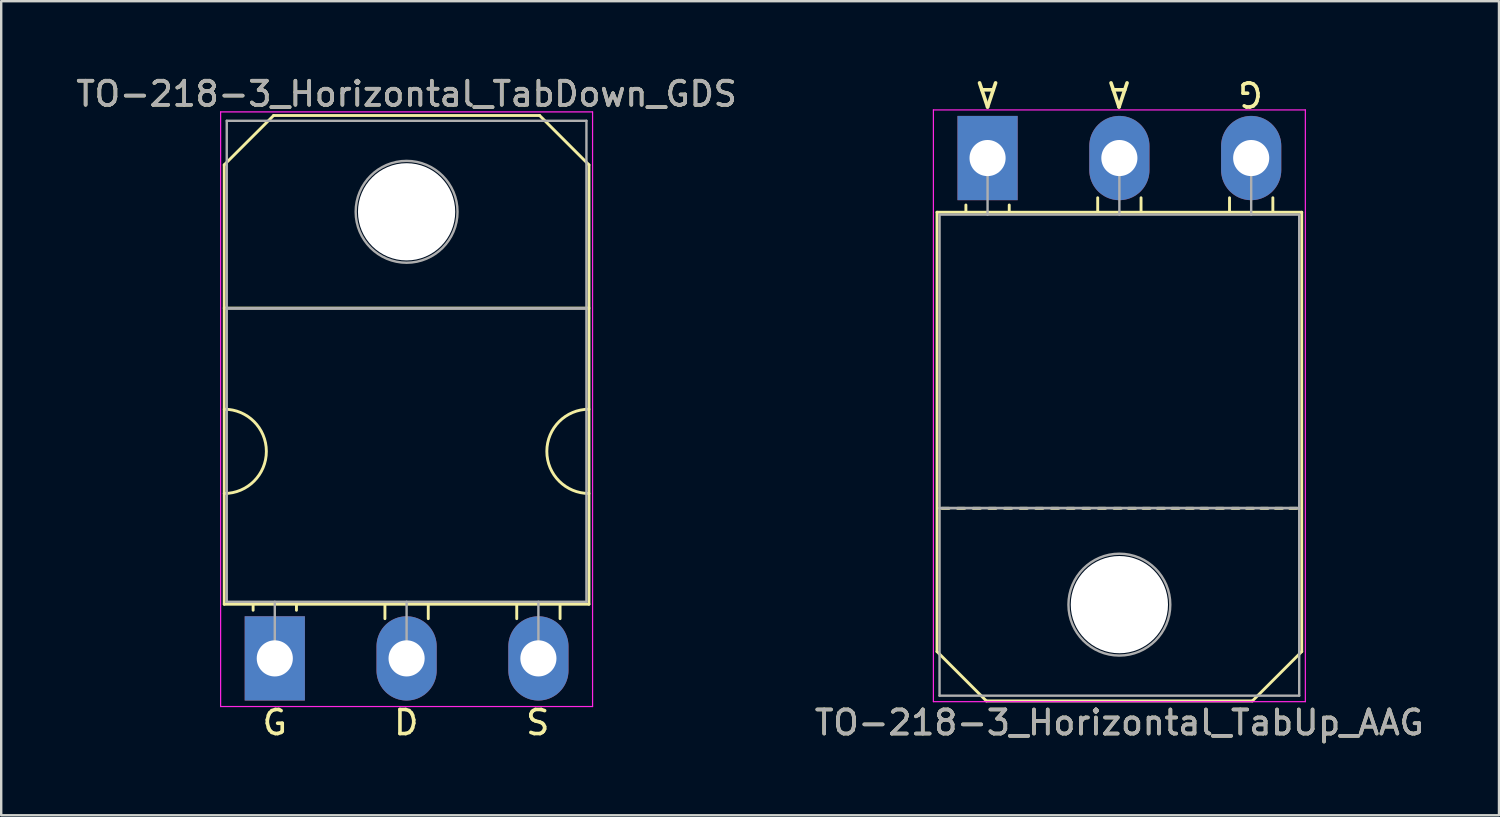
<source format=kicad_pcb>
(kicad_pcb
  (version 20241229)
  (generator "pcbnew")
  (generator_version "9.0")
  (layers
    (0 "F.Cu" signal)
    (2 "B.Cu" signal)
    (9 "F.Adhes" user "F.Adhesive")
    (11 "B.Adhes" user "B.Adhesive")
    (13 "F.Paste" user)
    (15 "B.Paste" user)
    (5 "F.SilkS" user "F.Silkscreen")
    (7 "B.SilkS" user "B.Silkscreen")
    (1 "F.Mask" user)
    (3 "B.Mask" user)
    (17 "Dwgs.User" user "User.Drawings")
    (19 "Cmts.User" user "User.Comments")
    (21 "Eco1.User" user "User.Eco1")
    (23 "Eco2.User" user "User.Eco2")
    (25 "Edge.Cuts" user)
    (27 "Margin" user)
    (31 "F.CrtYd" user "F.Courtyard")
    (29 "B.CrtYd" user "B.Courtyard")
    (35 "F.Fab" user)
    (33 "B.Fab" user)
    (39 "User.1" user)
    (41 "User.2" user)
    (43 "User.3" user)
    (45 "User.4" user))
  (footprint "TO-218-3_Horizontal_TabUp_AAG"
    (layer "F.Cu")
    (at 37.971 3.515)
    (property "Reference" "TO-218-3_Horizontal_TabUp_AAG" (at 5.475 23.45 0) (layer "F.SilkS") (effects (font (size 1 1) (thickness 0.15))))
    (fp_line (start -2.1 2.25) (end 13.05 2.25) (stroke (width 0.12) (type solid)) (layer "F.SilkS"))
    (fp_line (start -2.1 20.5) (end -2.1 2.25) (stroke (width 0.12) (type solid)) (layer "F.SilkS"))
    (fp_line (start -2.1 20.5) (end -0.05 22.55) (stroke (width 0.12) (type solid)) (layer "F.SilkS"))
    (fp_line (start -1.6 14.55) (end -1.9 14.55) (stroke (width 0.12) (type solid)) (layer "F.SilkS"))
    (fp_line (start -0.95 14.55) (end -1.25 14.55) (stroke (width 0.12) (type solid)) (layer "F.SilkS"))
    (fp_line (start -0.9 2.2) (end -0.9 1.95) (stroke (width 0.12) (type solid)) (layer "F.SilkS"))
    (fp_line (start -0.3 14.55) (end -0.6 14.55) (stroke (width 0.12) (type solid)) (layer "F.SilkS"))
    (fp_line (start 0.35 14.55) (end 0.05 14.55) (stroke (width 0.12) (type solid)) (layer "F.SilkS"))
    (fp_line (start 0.9 2.2) (end 0.9 1.95) (stroke (width 0.12) (type solid)) (layer "F.SilkS"))
    (fp_line (start 1 14.55) (end 0.7 14.55) (stroke (width 0.12) (type solid)) (layer "F.SilkS"))
    (fp_line (start 1.65 14.55) (end 1.35 14.55) (stroke (width 0.12) (type solid)) (layer "F.SilkS"))
    (fp_line (start 2.3 14.55) (end 2 14.55) (stroke (width 0.12) (type solid)) (layer "F.SilkS"))
    (fp_line (start 2.95 14.55) (end 2.65 14.55) (stroke (width 0.12) (type solid)) (layer "F.SilkS"))
    (fp_line (start 3.6 14.55) (end 3.3 14.55) (stroke (width 0.12) (type solid)) (layer "F.SilkS"))
    (fp_line (start 4.25 14.55) (end 3.95 14.55) (stroke (width 0.12) (type solid)) (layer "F.SilkS"))
    (fp_line (start 4.575 2.2) (end 4.575 1.65) (stroke (width 0.12) (type solid)) (layer "F.SilkS"))
    (fp_line (start 4.9 14.55) (end 4.6 14.55) (stroke (width 0.12) (type solid)) (layer "F.SilkS"))
    (fp_line (start 5.55 14.55) (end 5.25 14.55) (stroke (width 0.12) (type solid)) (layer "F.SilkS"))
    (fp_line (start 6.15 14.55) (end 5.85 14.55) (stroke (width 0.12) (type solid)) (layer "F.SilkS"))
    (fp_line (start 6.375 2.2) (end 6.375 1.65) (stroke (width 0.12) (type solid)) (layer "F.SilkS"))
    (fp_line (start 6.75 14.55) (end 6.45 14.55) (stroke (width 0.12) (type solid)) (layer "F.SilkS"))
    (fp_line (start 7.35 14.55) (end 7.05 14.55) (stroke (width 0.12) (type solid)) (layer "F.SilkS"))
    (fp_line (start 7.95 14.55) (end 7.65 14.55) (stroke (width 0.12) (type solid)) (layer "F.SilkS"))
    (fp_line (start 8.55 14.55) (end 8.25 14.55) (stroke (width 0.12) (type solid)) (layer "F.SilkS"))
    (fp_line (start 9.15 14.55) (end 8.85 14.55) (stroke (width 0.12) (type solid)) (layer "F.SilkS"))
    (fp_line (start 9.8 14.55) (end 9.5 14.55) (stroke (width 0.12) (type solid)) (layer "F.SilkS"))
    (fp_line (start 10.05 2.2) (end 10.05 1.65) (stroke (width 0.12) (type solid)) (layer "F.SilkS"))
    (fp_line (start 10.45 14.55) (end 10.15 14.55) (stroke (width 0.12) (type solid)) (layer "F.SilkS"))
    (fp_line (start 11 22.55) (end -0.05 22.55) (stroke (width 0.12) (type solid)) (layer "F.SilkS"))
    (fp_line (start 11.05 14.55) (end 10.75 14.55) (stroke (width 0.12) (type solid)) (layer "F.SilkS"))
    (fp_line (start 11.65 14.55) (end 11.35 14.55) (stroke (width 0.12) (type solid)) (layer "F.SilkS"))
    (fp_line (start 11.85 2.2) (end 11.85 1.65) (stroke (width 0.12) (type solid)) (layer "F.SilkS"))
    (fp_line (start 12.25 14.55) (end 11.95 14.55) (stroke (width 0.12) (type solid)) (layer "F.SilkS"))
    (fp_line (start 12.85 14.55) (end 12.55 14.55) (stroke (width 0.12) (type solid)) (layer "F.SilkS"))
    (fp_line (start 13.05 2.25) (end 13.05 20.5) (stroke (width 0.12) (type solid)) (layer "F.SilkS"))
    (fp_line (start 13.05 20.5) (end 11 22.55) (stroke (width 0.12) (type solid)) (layer "F.SilkS"))
    (fp_line (start -2.25 -2) (end -2.25 22.58) (stroke (width 0.05) (type solid)) (layer "F.CrtYd"))
    (fp_line (start -2.25 22.58) (end 13.2 22.58) (stroke (width 0.05) (type solid)) (layer "F.CrtYd"))
    (fp_line (start 13.2 -2) (end -2.25 -2) (stroke (width 0.05) (type solid)) (layer "F.CrtYd"))
    (fp_line (start 13.2 22.58) (end 13.2 -2) (stroke (width 0.05) (type solid)) (layer "F.CrtYd"))
    (fp_line (start -1.995 2.35) (end -1.995 14.54) (stroke (width 0.1) (type solid)) (layer "F.Fab"))
    (fp_line (start -1.995 14.54) (end -1.995 22.33) (stroke (width 0.1) (type solid)) (layer "F.Fab"))
    (fp_line (start -1.995 14.54) (end 12.945 14.54) (stroke (width 0.1) (type solid)) (layer "F.Fab"))
    (fp_line (start -1.995 22.33) (end 12.945 22.33) (stroke (width 0.1) (type solid)) (layer "F.Fab"))
    (fp_line (start 0 2.35) (end 0 0) (stroke (width 0.1) (type solid)) (layer "F.Fab"))
    (fp_line (start 5.475 2.35) (end 5.475 0) (stroke (width 0.1) (type solid)) (layer "F.Fab"))
    (fp_line (start 10.95 2.35) (end 10.95 0) (stroke (width 0.1) (type solid)) (layer "F.Fab"))
    (fp_line (start 12.945 2.35) (end -1.995 2.35) (stroke (width 0.1) (type solid)) (layer "F.Fab"))
    (fp_line (start 12.945 14.54) (end -1.995 14.54) (stroke (width 0.1) (type solid)) (layer "F.Fab"))
    (fp_line (start 12.945 14.54) (end 12.945 2.35) (stroke (width 0.1) (type solid)) (layer "F.Fab"))
    (fp_line (start 12.945 22.33) (end 12.945 14.54) (stroke (width 0.1) (type solid)) (layer "F.Fab"))
    (fp_circle (center 5.475 18.55) (end 7.59 18.55) (stroke (width 0.1) (type solid)) (fill no) (layer "F.Fab"))
    (fp_text user "A" (at 0 -2.667 180) (unlocked yes) (layer "F.SilkS") (effects (font (size 1 1) (thickness 0.15))))
    (fp_text user "G" (at 10.922 -2.667 180) (unlocked yes) (layer "F.SilkS") (effects (font (size 1 1) (thickness 0.15))))
    (fp_text user "A" (at 5.461 -2.667 180) (unlocked yes) (layer "F.SilkS") (effects (font (size 1 1) (thickness 0.15))))
    (fp_text user "${REFERENCE}" (at 5.475 23.45 0) (layer "F.Fab") (effects (font (size 1 1) (thickness 0.15))))
    (pad "" np_thru_hole oval (at 5.475 18.55) (size 4.04 4.04) (drill 4.04) (layers "*.Cu" "*.Mask"))
    (pad "1" thru_hole rect (at 0 0) (size 2.5 3.5) (drill 1.5) (layers "*.Cu" "*.Mask"))
    (pad "2" thru_hole oval (at 5.475 0) (size 2.5 3.5) (drill 1.5) (layers "*.Cu" "*.Mask"))
    (pad "3" thru_hole oval (at 10.95 0) (size 2.5 3.5) (drill 1.5) (layers "*.Cu" "*.Mask")))
  (footprint "TO-218-3_Horizontal_TabDown_GDS"
    (layer "F.Cu")
    (at 8.364 24.298)
    (property "Reference" "TO-218-3_Horizontal_TabDown_GDS" (at 5.475 -23.45 0) (layer "F.SilkS") (effects (font (size 1 1) (thickness 0.15))))
    (fp_line (start -2.1 -20.5) (end -0.05 -22.55) (stroke (width 0.12) (type solid)) (layer "F.SilkS"))
    (fp_line (start -2.1 -14.55) (end 13.05 -14.55) (stroke (width 0.12) (type solid)) (layer "F.SilkS"))
    (fp_line (start -2.1 -2.25) (end -2.1 -20.5) (stroke (width 0.12) (type solid)) (layer "F.SilkS"))
    (fp_line (start -0.9 -2.2) (end -0.9 -2) (stroke (width 0.12) (type solid)) (layer "F.SilkS"))
    (fp_line (start -0.05 -22.55) (end 11 -22.55) (stroke (width 0.12) (type solid)) (layer "F.SilkS"))
    (fp_line (start 0.9 -2.2) (end 0.9 -2) (stroke (width 0.12) (type solid)) (layer "F.SilkS"))
    (fp_line (start 4.575 -2.2) (end 4.575 -1.65) (stroke (width 0.12) (type solid)) (layer "F.SilkS"))
    (fp_line (start 6.375 -2.2) (end 6.375 -1.65) (stroke (width 0.12) (type solid)) (layer "F.SilkS"))
    (fp_line (start 10.05 -2.2) (end 10.05 -1.65) (stroke (width 0.12) (type solid)) (layer "F.SilkS"))
    (fp_line (start 11.85 -2.2) (end 11.85 -1.65) (stroke (width 0.12) (type solid)) (layer "F.SilkS"))
    (fp_line (start 13.05 -20.5) (end 11 -22.55) (stroke (width 0.12) (type solid)) (layer "F.SilkS"))
    (fp_line (start 13.05 -20.5) (end 13.05 -2.25) (stroke (width 0.12) (type solid)) (layer "F.SilkS"))
    (fp_line (start 13.05 -2.25) (end -2.1 -2.25) (stroke (width 0.12) (type solid)) (layer "F.SilkS"))
    (fp_arc (start -2.1 -10.35) (mid -0.35 -8.6) (end -2.1 -6.85) (stroke (width 0.12) (type solid)) (layer "F.SilkS"))
    (fp_arc (start 13.05 -6.85) (mid 11.3 -8.6) (end 13.05 -10.35) (stroke (width 0.12) (type solid)) (layer "F.SilkS"))
    (fp_line (start -2.25 -22.7) (end -2.25 2) (stroke (width 0.05) (type solid)) (layer "F.CrtYd"))
    (fp_line (start -2.25 2) (end 13.2 2) (stroke (width 0.05) (type solid)) (layer "F.CrtYd"))
    (fp_line (start 13.2 -22.7) (end -2.25 -22.7) (stroke (width 0.05) (type solid)) (layer "F.CrtYd"))
    (fp_line (start 13.2 2) (end 13.2 -22.7) (stroke (width 0.05) (type solid)) (layer "F.CrtYd"))
    (fp_line (start -1.995 -22.33) (end 12.945 -22.33) (stroke (width 0.1) (type solid)) (layer "F.Fab"))
    (fp_line (start -1.995 -14.54) (end -1.995 -22.33) (stroke (width 0.1) (type solid)) (layer "F.Fab"))
    (fp_line (start -1.995 -14.54) (end 12.945 -14.54) (stroke (width 0.1) (type solid)) (layer "F.Fab"))
    (fp_line (start -1.995 -2.35) (end -1.995 -14.54) (stroke (width 0.1) (type solid)) (layer "F.Fab"))
    (fp_line (start 0 -2.35) (end 0 0) (stroke (width 0.1) (type solid)) (layer "F.Fab"))
    (fp_line (start 5.475 -2.35) (end 5.475 0) (stroke (width 0.1) (type solid)) (layer "F.Fab"))
    (fp_line (start 10.95 -2.35) (end 10.95 0) (stroke (width 0.1) (type solid)) (layer "F.Fab"))
    (fp_line (start 12.945 -22.33) (end 12.945 -14.54) (stroke (width 0.1) (type solid)) (layer "F.Fab"))
    (fp_line (start 12.945 -14.54) (end -1.995 -14.54) (stroke (width 0.1) (type solid)) (layer "F.Fab"))
    (fp_line (start 12.945 -14.54) (end 12.945 -2.35) (stroke (width 0.1) (type solid)) (layer "F.Fab"))
    (fp_line (start 12.945 -2.35) (end -1.995 -2.35) (stroke (width 0.1) (type solid)) (layer "F.Fab"))
    (fp_circle (center 5.475 -18.55) (end 7.59 -18.55) (stroke (width 0.1) (type solid)) (fill no) (layer "F.Fab"))
    (fp_text user "S" (at 10.922 2.667 0) (unlocked yes) (layer "F.SilkS") (effects (font (size 1 1) (thickness 0.15))))
    (fp_text user "D" (at 5.461 2.667 0) (unlocked yes) (layer "F.SilkS") (effects (font (size 1 1) (thickness 0.15))))
    (fp_text user "G" (at 0 2.667 0) (unlocked yes) (layer "F.SilkS") (effects (font (size 1 1) (thickness 0.15))))
    (fp_text user "${REFERENCE}" (at 5.475 -23.45 0) (layer "F.Fab") (effects (font (size 1 1) (thickness 0.15))))
    (pad "" np_thru_hole oval (at 5.475 -18.55) (size 4.04 4.04) (drill 4.04) (layers "*.Cu" "*.Mask"))
    (pad "1" thru_hole rect (at 0 0) (size 2.5 3.5) (drill 1.5) (layers "*.Cu" "*.Mask"))
    (pad "2" thru_hole oval (at 5.475 0) (size 2.5 3.5) (drill 1.5) (layers "*.Cu" "*.Mask"))
    (pad "3" thru_hole oval (at 10.95 0) (size 2.5 3.5) (drill 1.5) (layers "*.Cu" "*.Mask")))
  (gr_rect
    (start -3 -3)
    (end 59.214 30.814)
    (stroke (width 0.1) (type default))
    (fill no)
    (layer "Edge.Cuts")))
</source>
